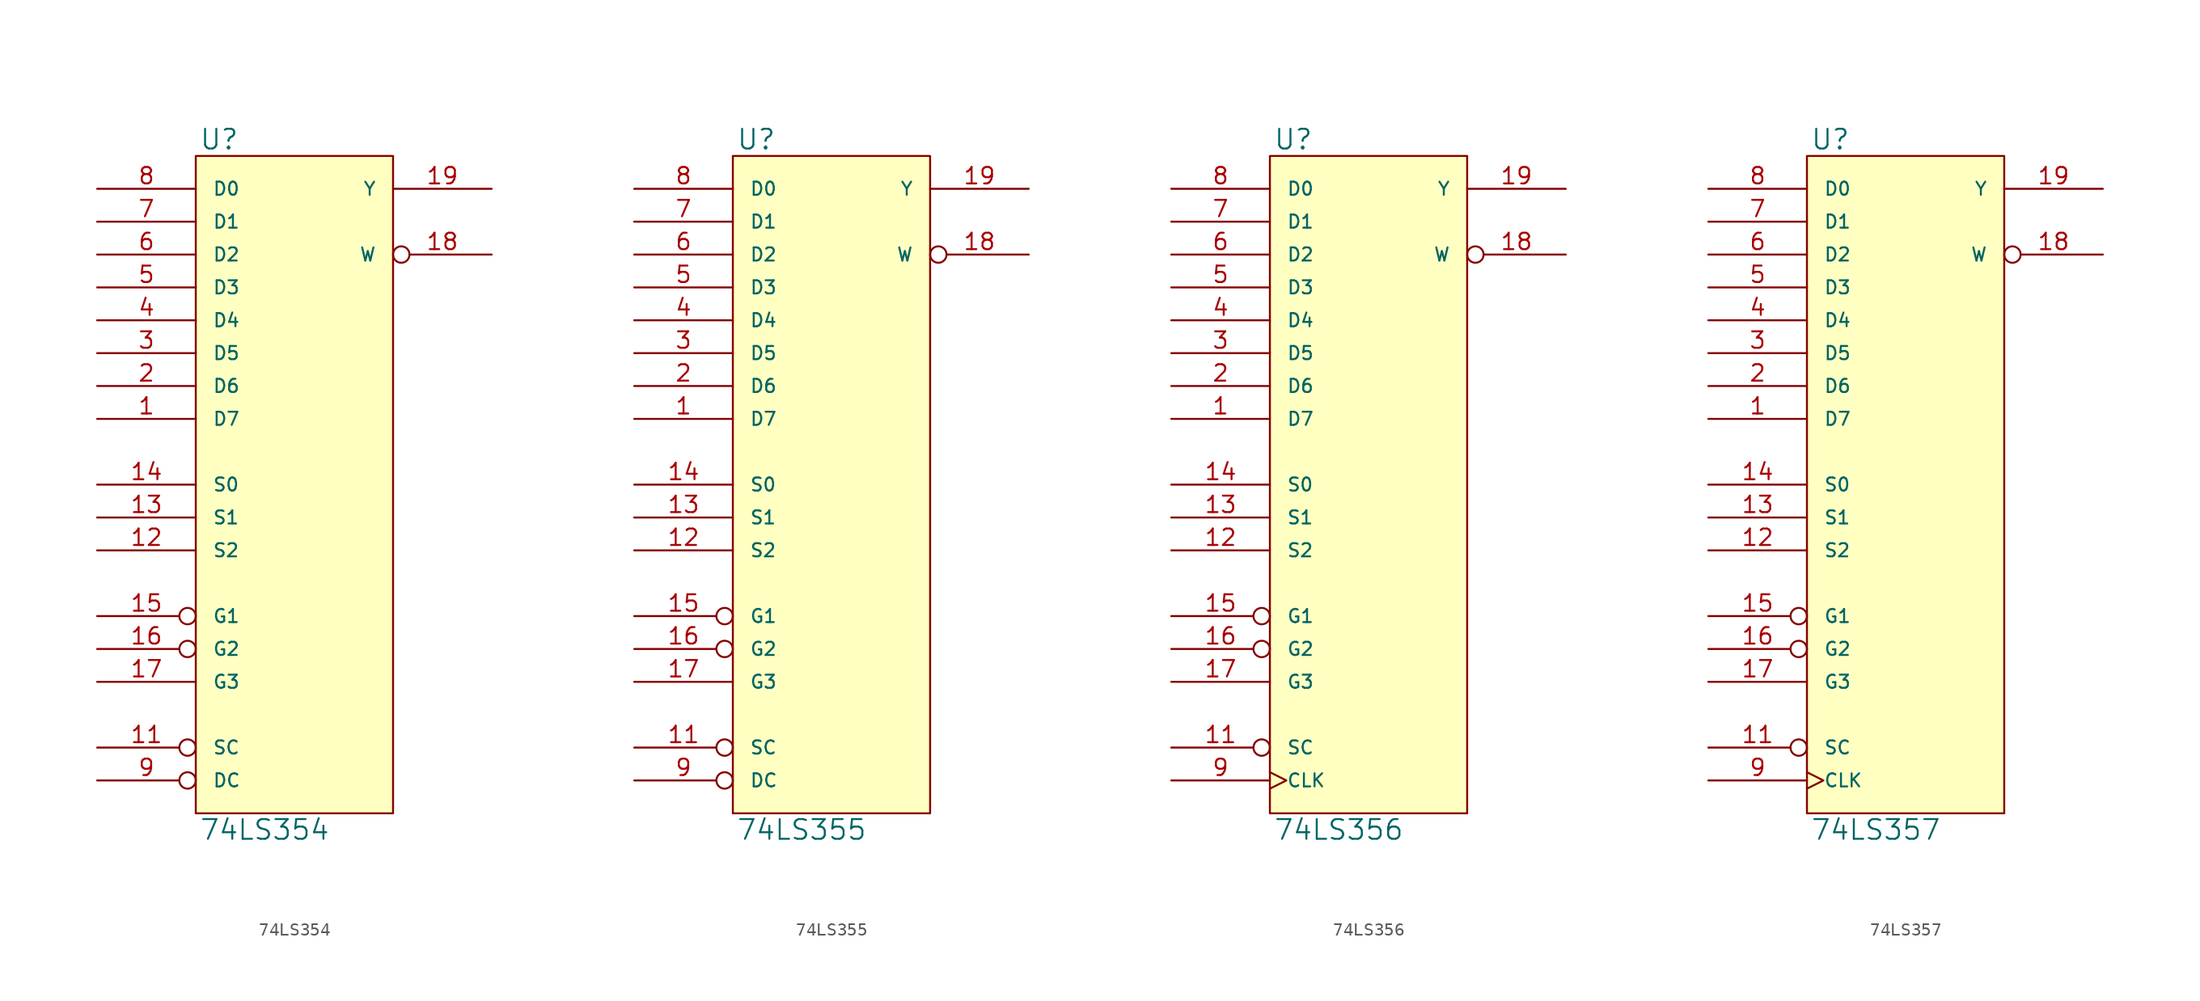
<source format=kicad_sym>
(kicad_symbol_lib
  (version 20231120)
  (generator "kicad_symbol_editor")
  (generator_version "8.0")
  (symbol "74LS354"
    (pin_names
      (offset 1.27))
    (property "Reference" "U"
      (at 0.254 0.381 0)
      (effects (font (size 1.524 1.524)) (justify left bottom)))
    (property "Value" "74LS354"
      (at 0.254 -51.181 0)
      (effects (font (size 1.524 1.524)) (justify left top)))
    (symbol "74LS354_0_1"
      (rectangle (start 0 0) (end 15.24 -50.8) (stroke (width 0) (type solid)) (fill (type background))))
    (symbol "74LS354_1_1"
      (pin input line (at -7.62 -20.32 0) (length 7.62) (name "D7" (effects (font (size 1.016 1.016)))) (number "1" (effects (font (size 1.27 1.27)))))
      (pin power_in line (at 0 -50.8 90) (length 0) hide (name "GND" (effects (font (size 1.016 1.016)))) (number "10" (effects (font (size 1.27 1.27)))))
      (pin input inverted (at -7.62 -45.72 0) (length 7.62) (name "SC" (effects (font (size 1.016 1.016)))) (number "11" (effects (font (size 1.27 1.27)))))
      (pin input line (at -7.62 -30.48 0) (length 7.62) (name "S2" (effects (font (size 1.016 1.016)))) (number "12" (effects (font (size 1.27 1.27)))))
      (pin input line (at -7.62 -27.94 0) (length 7.62) (name "S1" (effects (font (size 1.016 1.016)))) (number "13" (effects (font (size 1.27 1.27)))))
      (pin input line (at -7.62 -25.4 0) (length 7.62) (name "S0" (effects (font (size 1.016 1.016)))) (number "14" (effects (font (size 1.27 1.27)))))
      (pin input inverted (at -7.62 -35.56 0) (length 7.62) (name "G1" (effects (font (size 1.016 1.016)))) (number "15" (effects (font (size 1.27 1.27)))))
      (pin input inverted (at -7.62 -38.1 0) (length 7.62) (name "G2" (effects (font (size 1.016 1.016)))) (number "16" (effects (font (size 1.27 1.27)))))
      (pin input line (at -7.62 -40.64 0) (length 7.62) (name "G3" (effects (font (size 1.016 1.016)))) (number "17" (effects (font (size 1.27 1.27)))))
      (pin tri_state inverted (at 22.86 -7.62 180) (length 7.62) (name "W" (effects (font (size 1.016 1.016)))) (number "18" (effects (font (size 1.27 1.27)))))
      (pin output line (at 22.86 -2.54 180) (length 7.62) (name "Y" (effects (font (size 1.016 1.016)))) (number "19" (effects (font (size 1.27 1.27)))))
      (pin input line (at -7.62 -17.78 0) (length 7.62) (name "D6" (effects (font (size 1.016 1.016)))) (number "2" (effects (font (size 1.27 1.27)))))
      (pin power_in line (at 0 0 270) (length 0) hide (name "VCC" (effects (font (size 1.016 1.016)))) (number "20" (effects (font (size 1.27 1.27)))))
      (pin input line (at -7.62 -15.24 0) (length 7.62) (name "D5" (effects (font (size 1.016 1.016)))) (number "3" (effects (font (size 1.27 1.27)))))
      (pin input line (at -7.62 -12.7 0) (length 7.62) (name "D4" (effects (font (size 1.016 1.016)))) (number "4" (effects (font (size 1.27 1.27)))))
      (pin input line (at -7.62 -10.16 0) (length 7.62) (name "D3" (effects (font (size 1.016 1.016)))) (number "5" (effects (font (size 1.27 1.27)))))
      (pin input line (at -7.62 -7.62 0) (length 7.62) (name "D2" (effects (font (size 1.016 1.016)))) (number "6" (effects (font (size 1.27 1.27)))))
      (pin input line (at -7.62 -5.08 0) (length 7.62) (name "D1" (effects (font (size 1.016 1.016)))) (number "7" (effects (font (size 1.27 1.27)))))
      (pin input line (at -7.62 -2.54 0) (length 7.62) (name "D0" (effects (font (size 1.016 1.016)))) (number "8" (effects (font (size 1.27 1.27)))))
      (pin input inverted (at -7.62 -48.26 0) (length 7.62) (name "DC" (effects (font (size 1.016 1.016)))) (number "9" (effects (font (size 1.27 1.27)))))))
  (symbol "74LS355"
    (pin_names
      (offset 1.27))
    (property "Reference" "U"
      (at 0.254 0.381 0)
      (effects (font (size 1.524 1.524)) (justify left bottom)))
    (property "Value" "74LS355"
      (at 0.254 -51.181 0)
      (effects (font (size 1.524 1.524)) (justify left top)))
    (symbol "74LS355_0_1"
      (rectangle (start 0 0) (end 15.24 -50.8) (stroke (width 0) (type solid)) (fill (type background))))
    (symbol "74LS355_1_1"
      (pin input line (at -7.62 -20.32 0) (length 7.62) (name "D7" (effects (font (size 1.016 1.016)))) (number "1" (effects (font (size 1.27 1.27)))))
      (pin power_in line (at 0 -50.8 90) (length 0) hide (name "GND" (effects (font (size 1.016 1.016)))) (number "10" (effects (font (size 1.27 1.27)))))
      (pin input inverted (at -7.62 -45.72 0) (length 7.62) (name "SC" (effects (font (size 1.016 1.016)))) (number "11" (effects (font (size 1.27 1.27)))))
      (pin input line (at -7.62 -30.48 0) (length 7.62) (name "S2" (effects (font (size 1.016 1.016)))) (number "12" (effects (font (size 1.27 1.27)))))
      (pin input line (at -7.62 -27.94 0) (length 7.62) (name "S1" (effects (font (size 1.016 1.016)))) (number "13" (effects (font (size 1.27 1.27)))))
      (pin input line (at -7.62 -25.4 0) (length 7.62) (name "S0" (effects (font (size 1.016 1.016)))) (number "14" (effects (font (size 1.27 1.27)))))
      (pin input inverted (at -7.62 -35.56 0) (length 7.62) (name "G1" (effects (font (size 1.016 1.016)))) (number "15" (effects (font (size 1.27 1.27)))))
      (pin input inverted (at -7.62 -38.1 0) (length 7.62) (name "G2" (effects (font (size 1.016 1.016)))) (number "16" (effects (font (size 1.27 1.27)))))
      (pin input line (at -7.62 -40.64 0) (length 7.62) (name "G3" (effects (font (size 1.016 1.016)))) (number "17" (effects (font (size 1.27 1.27)))))
      (pin open_collector inverted (at 22.86 -7.62 180) (length 7.62) (name "W" (effects (font (size 1.016 1.016)))) (number "18" (effects (font (size 1.27 1.27)))))
      (pin open_collector line (at 22.86 -2.54 180) (length 7.62) (name "Y" (effects (font (size 1.016 1.016)))) (number "19" (effects (font (size 1.27 1.27)))))
      (pin input line (at -7.62 -17.78 0) (length 7.62) (name "D6" (effects (font (size 1.016 1.016)))) (number "2" (effects (font (size 1.27 1.27)))))
      (pin power_in line (at 0 0 270) (length 0) hide (name "VCC" (effects (font (size 1.016 1.016)))) (number "20" (effects (font (size 1.27 1.27)))))
      (pin input line (at -7.62 -15.24 0) (length 7.62) (name "D5" (effects (font (size 1.016 1.016)))) (number "3" (effects (font (size 1.27 1.27)))))
      (pin input line (at -7.62 -12.7 0) (length 7.62) (name "D4" (effects (font (size 1.016 1.016)))) (number "4" (effects (font (size 1.27 1.27)))))
      (pin input line (at -7.62 -10.16 0) (length 7.62) (name "D3" (effects (font (size 1.016 1.016)))) (number "5" (effects (font (size 1.27 1.27)))))
      (pin input line (at -7.62 -7.62 0) (length 7.62) (name "D2" (effects (font (size 1.016 1.016)))) (number "6" (effects (font (size 1.27 1.27)))))
      (pin input line (at -7.62 -5.08 0) (length 7.62) (name "D1" (effects (font (size 1.016 1.016)))) (number "7" (effects (font (size 1.27 1.27)))))
      (pin input line (at -7.62 -2.54 0) (length 7.62) (name "D0" (effects (font (size 1.016 1.016)))) (number "8" (effects (font (size 1.27 1.27)))))
      (pin input inverted (at -7.62 -48.26 0) (length 7.62) (name "DC" (effects (font (size 1.016 1.016)))) (number "9" (effects (font (size 1.27 1.27)))))))
  (symbol "74LS356"
    (pin_names
      (offset 1.27))
    (property "Reference" "U"
      (at 0.254 0.381 0)
      (effects (font (size 1.524 1.524)) (justify left bottom)))
    (property "Value" "74LS356"
      (at 0.254 -51.181 0)
      (effects (font (size 1.524 1.524)) (justify left top)))
    (symbol "74LS356_0_1"
      (rectangle (start 0 0) (end 15.24 -50.8) (stroke (width 0) (type solid)) (fill (type background))))
    (symbol "74LS356_1_1"
      (pin input line (at -7.62 -20.32 0) (length 7.62) (name "D7" (effects (font (size 1.016 1.016)))) (number "1" (effects (font (size 1.27 1.27)))))
      (pin power_in line (at 0 -50.8 90) (length 0) hide (name "GND" (effects (font (size 1.016 1.016)))) (number "10" (effects (font (size 1.27 1.27)))))
      (pin input inverted (at -7.62 -45.72 0) (length 7.62) (name "SC" (effects (font (size 1.016 1.016)))) (number "11" (effects (font (size 1.27 1.27)))))
      (pin input line (at -7.62 -30.48 0) (length 7.62) (name "S2" (effects (font (size 1.016 1.016)))) (number "12" (effects (font (size 1.27 1.27)))))
      (pin input line (at -7.62 -27.94 0) (length 7.62) (name "S1" (effects (font (size 1.016 1.016)))) (number "13" (effects (font (size 1.27 1.27)))))
      (pin input line (at -7.62 -25.4 0) (length 7.62) (name "S0" (effects (font (size 1.016 1.016)))) (number "14" (effects (font (size 1.27 1.27)))))
      (pin input inverted (at -7.62 -35.56 0) (length 7.62) (name "G1" (effects (font (size 1.016 1.016)))) (number "15" (effects (font (size 1.27 1.27)))))
      (pin input inverted (at -7.62 -38.1 0) (length 7.62) (name "G2" (effects (font (size 1.016 1.016)))) (number "16" (effects (font (size 1.27 1.27)))))
      (pin input line (at -7.62 -40.64 0) (length 7.62) (name "G3" (effects (font (size 1.016 1.016)))) (number "17" (effects (font (size 1.27 1.27)))))
      (pin tri_state inverted (at 22.86 -7.62 180) (length 7.62) (name "W" (effects (font (size 1.016 1.016)))) (number "18" (effects (font (size 1.27 1.27)))))
      (pin output line (at 22.86 -2.54 180) (length 7.62) (name "Y" (effects (font (size 1.016 1.016)))) (number "19" (effects (font (size 1.27 1.27)))))
      (pin input line (at -7.62 -17.78 0) (length 7.62) (name "D6" (effects (font (size 1.016 1.016)))) (number "2" (effects (font (size 1.27 1.27)))))
      (pin power_in line (at 0 0 270) (length 0) hide (name "VCC" (effects (font (size 1.016 1.016)))) (number "20" (effects (font (size 1.27 1.27)))))
      (pin input line (at -7.62 -15.24 0) (length 7.62) (name "D5" (effects (font (size 1.016 1.016)))) (number "3" (effects (font (size 1.27 1.27)))))
      (pin input line (at -7.62 -12.7 0) (length 7.62) (name "D4" (effects (font (size 1.016 1.016)))) (number "4" (effects (font (size 1.27 1.27)))))
      (pin input line (at -7.62 -10.16 0) (length 7.62) (name "D3" (effects (font (size 1.016 1.016)))) (number "5" (effects (font (size 1.27 1.27)))))
      (pin input line (at -7.62 -7.62 0) (length 7.62) (name "D2" (effects (font (size 1.016 1.016)))) (number "6" (effects (font (size 1.27 1.27)))))
      (pin input line (at -7.62 -5.08 0) (length 7.62) (name "D1" (effects (font (size 1.016 1.016)))) (number "7" (effects (font (size 1.27 1.27)))))
      (pin input line (at -7.62 -2.54 0) (length 7.62) (name "D0" (effects (font (size 1.016 1.016)))) (number "8" (effects (font (size 1.27 1.27)))))
      (pin input clock (at -7.62 -48.26 0) (length 7.62) (name "CLK" (effects (font (size 1.016 1.016)))) (number "9" (effects (font (size 1.27 1.27)))))))
  (symbol "74LS357"
    (pin_names
      (offset 1.27))
    (property "Reference" "U"
      (at 0.254 0.381 0)
      (effects (font (size 1.524 1.524)) (justify left bottom)))
    (property "Value" "74LS357"
      (at 0.254 -51.181 0)
      (effects (font (size 1.524 1.524)) (justify left top)))
    (symbol "74LS357_0_1"
      (rectangle (start 0 0) (end 15.24 -50.8) (stroke (width 0) (type solid)) (fill (type background))))
    (symbol "74LS357_1_1"
      (pin input line (at -7.62 -20.32 0) (length 7.62) (name "D7" (effects (font (size 1.016 1.016)))) (number "1" (effects (font (size 1.27 1.27)))))
      (pin power_in line (at 0 -50.8 90) (length 0) hide (name "GND" (effects (font (size 1.016 1.016)))) (number "10" (effects (font (size 1.27 1.27)))))
      (pin input inverted (at -7.62 -45.72 0) (length 7.62) (name "SC" (effects (font (size 1.016 1.016)))) (number "11" (effects (font (size 1.27 1.27)))))
      (pin input line (at -7.62 -30.48 0) (length 7.62) (name "S2" (effects (font (size 1.016 1.016)))) (number "12" (effects (font (size 1.27 1.27)))))
      (pin input line (at -7.62 -27.94 0) (length 7.62) (name "S1" (effects (font (size 1.016 1.016)))) (number "13" (effects (font (size 1.27 1.27)))))
      (pin input line (at -7.62 -25.4 0) (length 7.62) (name "S0" (effects (font (size 1.016 1.016)))) (number "14" (effects (font (size 1.27 1.27)))))
      (pin input inverted (at -7.62 -35.56 0) (length 7.62) (name "G1" (effects (font (size 1.016 1.016)))) (number "15" (effects (font (size 1.27 1.27)))))
      (pin input inverted (at -7.62 -38.1 0) (length 7.62) (name "G2" (effects (font (size 1.016 1.016)))) (number "16" (effects (font (size 1.27 1.27)))))
      (pin input line (at -7.62 -40.64 0) (length 7.62) (name "G3" (effects (font (size 1.016 1.016)))) (number "17" (effects (font (size 1.27 1.27)))))
      (pin open_collector inverted (at 22.86 -7.62 180) (length 7.62) (name "W" (effects (font (size 1.016 1.016)))) (number "18" (effects (font (size 1.27 1.27)))))
      (pin open_collector line (at 22.86 -2.54 180) (length 7.62) (name "Y" (effects (font (size 1.016 1.016)))) (number "19" (effects (font (size 1.27 1.27)))))
      (pin input line (at -7.62 -17.78 0) (length 7.62) (name "D6" (effects (font (size 1.016 1.016)))) (number "2" (effects (font (size 1.27 1.27)))))
      (pin power_in line (at 0 0 270) (length 0) hide (name "VCC" (effects (font (size 1.016 1.016)))) (number "20" (effects (font (size 1.27 1.27)))))
      (pin input line (at -7.62 -15.24 0) (length 7.62) (name "D5" (effects (font (size 1.016 1.016)))) (number "3" (effects (font (size 1.27 1.27)))))
      (pin input line (at -7.62 -12.7 0) (length 7.62) (name "D4" (effects (font (size 1.016 1.016)))) (number "4" (effects (font (size 1.27 1.27)))))
      (pin input line (at -7.62 -10.16 0) (length 7.62) (name "D3" (effects (font (size 1.016 1.016)))) (number "5" (effects (font (size 1.27 1.27)))))
      (pin input line (at -7.62 -7.62 0) (length 7.62) (name "D2" (effects (font (size 1.016 1.016)))) (number "6" (effects (font (size 1.27 1.27)))))
      (pin input line (at -7.62 -5.08 0) (length 7.62) (name "D1" (effects (font (size 1.016 1.016)))) (number "7" (effects (font (size 1.27 1.27)))))
      (pin input line (at -7.62 -2.54 0) (length 7.62) (name "D0" (effects (font (size 1.016 1.016)))) (number "8" (effects (font (size 1.27 1.27)))))
      (pin input clock (at -7.62 -48.26 0) (length 7.62) (name "CLK" (effects (font (size 1.016 1.016)))) (number "9" (effects (font (size 1.27 1.27))))))))
</source>
